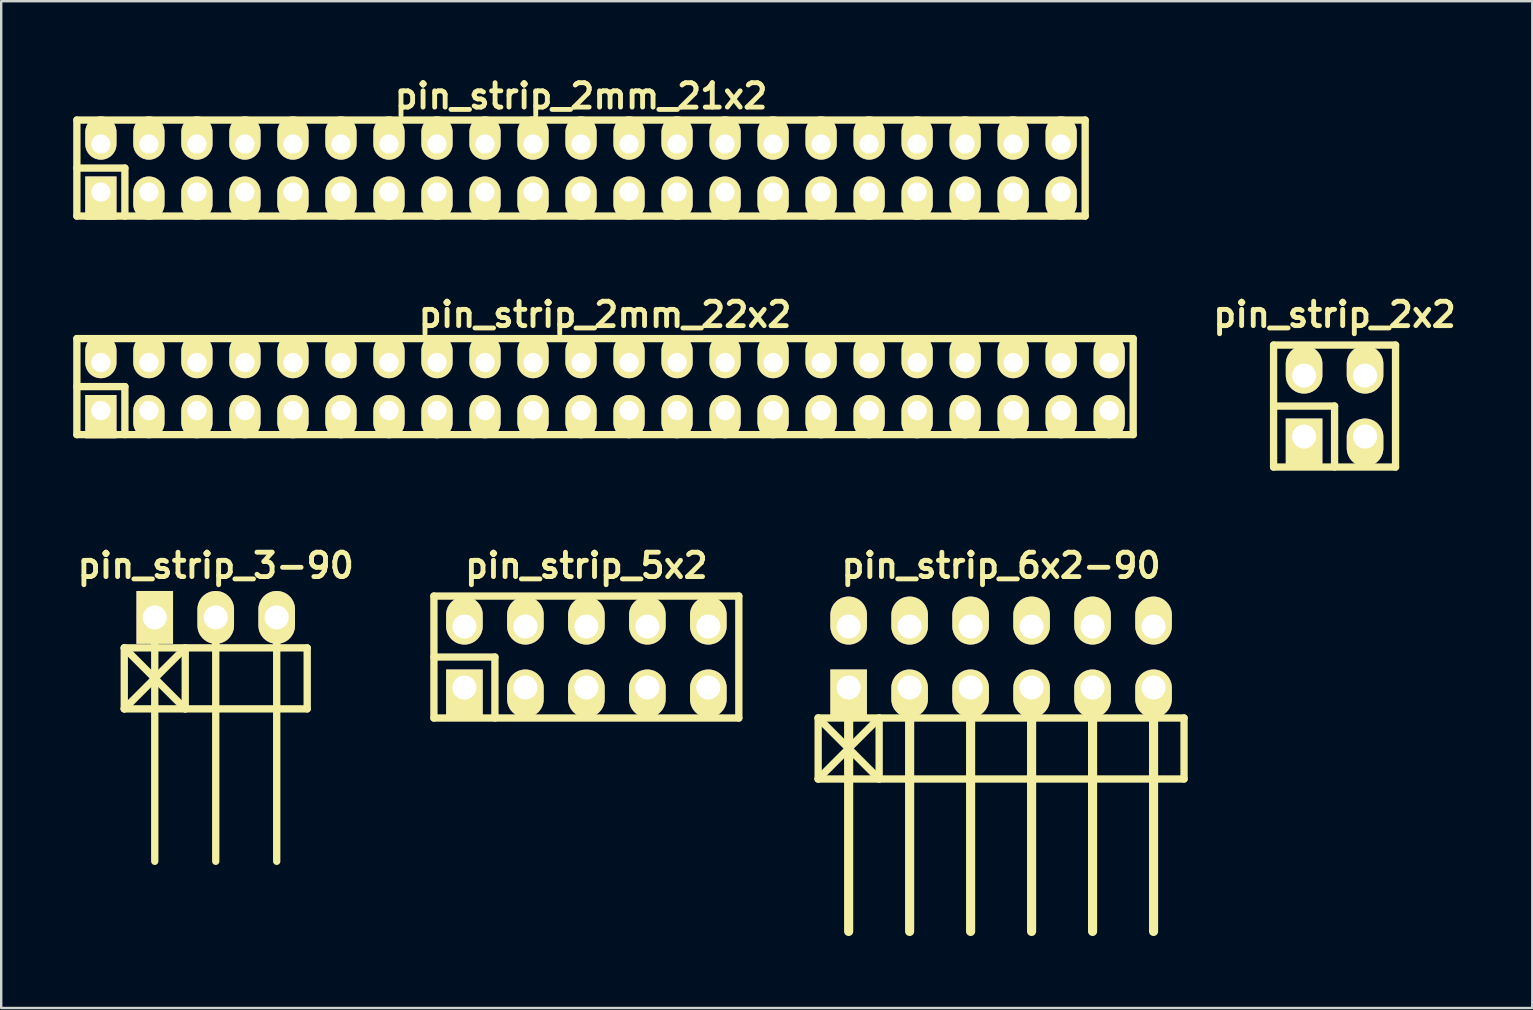
<source format=kicad_pcb>
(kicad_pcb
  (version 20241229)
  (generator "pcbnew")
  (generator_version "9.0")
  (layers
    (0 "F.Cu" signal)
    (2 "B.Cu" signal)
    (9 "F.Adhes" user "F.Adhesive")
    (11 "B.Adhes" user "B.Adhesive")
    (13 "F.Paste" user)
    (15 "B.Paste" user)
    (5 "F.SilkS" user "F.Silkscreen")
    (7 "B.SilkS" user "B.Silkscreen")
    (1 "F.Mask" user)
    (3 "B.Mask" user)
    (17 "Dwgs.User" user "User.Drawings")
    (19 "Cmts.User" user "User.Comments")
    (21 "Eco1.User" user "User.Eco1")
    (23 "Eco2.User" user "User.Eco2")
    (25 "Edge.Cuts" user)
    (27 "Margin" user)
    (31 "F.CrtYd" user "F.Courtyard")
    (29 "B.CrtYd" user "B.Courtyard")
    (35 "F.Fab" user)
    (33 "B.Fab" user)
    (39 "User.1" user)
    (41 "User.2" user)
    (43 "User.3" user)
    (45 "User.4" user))
  (footprint "pin_strip_2mm_21x2"
    (layer "F.Cu")
    (at 21.152 3.951)
    (property "Reference" "pin_strip_2mm_21x2" (at 0 -3 0) (layer "F.SilkS") (effects (font (size 1.016 1.016) (thickness 0.203))))
    (attr through_hole)
    (fp_line (start -21 -2) (end 21 -2) (stroke (width 0.305) (type solid)) (layer "F.SilkS"))
    (fp_line (start -21 0) (end -19 0) (stroke (width 0.305) (type solid)) (layer "F.SilkS"))
    (fp_line (start -21 2) (end -21 -2) (stroke (width 0.305) (type solid)) (layer "F.SilkS"))
    (fp_line (start -19 0) (end -19 2) (stroke (width 0.305) (type solid)) (layer "F.SilkS"))
    (fp_line (start 21 -2) (end 21 2) (stroke (width 0.305) (type solid)) (layer "F.SilkS"))
    (fp_line (start 21 2) (end -21 2) (stroke (width 0.305) (type solid)) (layer "F.SilkS"))
    (pad "1" thru_hole rect (at -20 1) (size 1.3 1.8) (drill 0.8 (offset 0 0.25)) (layers "*.Cu" "*.Mask" "F.SilkS"))
    (pad "2" thru_hole oval (at -20 -1) (size 1.3 1.8) (drill 0.8 (offset 0 -0.25)) (layers "*.Cu" "*.Mask" "F.SilkS"))
    (pad "3" thru_hole oval (at -18 1) (size 1.3 1.8) (drill 0.8 (offset 0 0.25)) (layers "*.Cu" "*.Mask" "F.SilkS"))
    (pad "4" thru_hole oval (at -18 -1) (size 1.3 1.8) (drill 0.8 (offset 0 -0.25)) (layers "*.Cu" "*.Mask" "F.SilkS"))
    (pad "5" thru_hole oval (at -16 1) (size 1.3 1.8) (drill 0.8 (offset 0 0.25)) (layers "*.Cu" "*.Mask" "F.SilkS"))
    (pad "6" thru_hole oval (at -16 -1) (size 1.3 1.8) (drill 0.8 (offset 0 -0.25)) (layers "*.Cu" "*.Mask" "F.SilkS"))
    (pad "7" thru_hole oval (at -14 1) (size 1.3 1.8) (drill 0.8 (offset 0 0.25)) (layers "*.Cu" "*.Mask" "F.SilkS"))
    (pad "8" thru_hole oval (at -14 -1) (size 1.3 1.8) (drill 0.8 (offset 0 -0.25)) (layers "*.Cu" "*.Mask" "F.SilkS"))
    (pad "9" thru_hole oval (at -12 1) (size 1.3 1.8) (drill 0.8 (offset 0 0.25)) (layers "*.Cu" "*.Mask" "F.SilkS"))
    (pad "10" thru_hole oval (at -12 -1) (size 1.3 1.8) (drill 0.8 (offset 0 -0.25)) (layers "*.Cu" "*.Mask" "F.SilkS"))
    (pad "11" thru_hole oval (at -10 1) (size 1.3 1.8) (drill 0.8 (offset 0 0.25)) (layers "*.Cu" "*.Mask" "F.SilkS"))
    (pad "12" thru_hole oval (at -10 -1) (size 1.3 1.8) (drill 0.8 (offset 0 -0.25)) (layers "*.Cu" "*.Mask" "F.SilkS"))
    (pad "13" thru_hole oval (at -8 1) (size 1.3 1.8) (drill 0.8 (offset 0 0.25)) (layers "*.Cu" "*.Mask" "F.SilkS"))
    (pad "14" thru_hole oval (at -8 -1) (size 1.3 1.8) (drill 0.8 (offset 0 -0.25)) (layers "*.Cu" "*.Mask" "F.SilkS"))
    (pad "15" thru_hole oval (at -6 1) (size 1.3 1.8) (drill 0.8 (offset 0 0.25)) (layers "*.Cu" "*.Mask" "F.SilkS"))
    (pad "16" thru_hole oval (at -6 -1) (size 1.3 1.8) (drill 0.8 (offset 0 -0.25)) (layers "*.Cu" "*.Mask" "F.SilkS"))
    (pad "17" thru_hole oval (at -4 1) (size 1.3 1.8) (drill 0.8 (offset 0 0.25)) (layers "*.Cu" "*.Mask" "F.SilkS"))
    (pad "18" thru_hole oval (at -4 -1) (size 1.3 1.8) (drill 0.8 (offset 0 -0.25)) (layers "*.Cu" "*.Mask" "F.SilkS"))
    (pad "19" thru_hole oval (at -2 1) (size 1.3 1.8) (drill 0.8 (offset 0 0.25)) (layers "*.Cu" "*.Mask" "F.SilkS"))
    (pad "20" thru_hole oval (at -2 -1) (size 1.3 1.8) (drill 0.8 (offset 0 -0.25)) (layers "*.Cu" "*.Mask" "F.SilkS"))
    (pad "21" thru_hole oval (at 0 1) (size 1.3 1.8) (drill 0.8 (offset 0 0.25)) (layers "*.Cu" "*.Mask" "F.SilkS"))
    (pad "22" thru_hole oval (at 0 -1) (size 1.3 1.8) (drill 0.8 (offset 0 -0.25)) (layers "*.Cu" "*.Mask" "F.SilkS"))
    (pad "23" thru_hole oval (at 2 1) (size 1.3 1.8) (drill 0.8 (offset 0 0.25)) (layers "*.Cu" "*.Mask" "F.SilkS"))
    (pad "24" thru_hole oval (at 2 -1) (size 1.3 1.8) (drill 0.8 (offset 0 -0.25)) (layers "*.Cu" "*.Mask" "F.SilkS"))
    (pad "25" thru_hole oval (at 4 1) (size 1.3 1.8) (drill 0.8 (offset 0 0.25)) (layers "*.Cu" "*.Mask" "F.SilkS"))
    (pad "26" thru_hole oval (at 4 -1) (size 1.3 1.8) (drill 0.8 (offset 0 -0.25)) (layers "*.Cu" "*.Mask" "F.SilkS"))
    (pad "27" thru_hole oval (at 6 1) (size 1.3 1.8) (drill 0.8 (offset 0 0.25)) (layers "*.Cu" "*.Mask" "F.SilkS"))
    (pad "28" thru_hole oval (at 6 -1) (size 1.3 1.8) (drill 0.8 (offset 0 -0.25)) (layers "*.Cu" "*.Mask" "F.SilkS"))
    (pad "29" thru_hole oval (at 8 1) (size 1.3 1.8) (drill 0.8 (offset 0 0.25)) (layers "*.Cu" "*.Mask" "F.SilkS"))
    (pad "30" thru_hole oval (at 8 -1) (size 1.3 1.8) (drill 0.8 (offset 0 -0.25)) (layers "*.Cu" "*.Mask" "F.SilkS"))
    (pad "31" thru_hole oval (at 10 1) (size 1.3 1.8) (drill 0.8 (offset 0 0.25)) (layers "*.Cu" "*.Mask" "F.SilkS"))
    (pad "32" thru_hole oval (at 10 -1) (size 1.3 1.8) (drill 0.8 (offset 0 -0.25)) (layers "*.Cu" "*.Mask" "F.SilkS"))
    (pad "33" thru_hole oval (at 12 1) (size 1.3 1.8) (drill 0.8 (offset 0 0.25)) (layers "*.Cu" "*.Mask" "F.SilkS"))
    (pad "34" thru_hole oval (at 12 -1) (size 1.3 1.8) (drill 0.8 (offset 0 -0.25)) (layers "*.Cu" "*.Mask" "F.SilkS"))
    (pad "35" thru_hole oval (at 14 1) (size 1.3 1.8) (drill 0.8 (offset 0 0.25)) (layers "*.Cu" "*.Mask" "F.SilkS"))
    (pad "36" thru_hole oval (at 14 -1) (size 1.3 1.8) (drill 0.8 (offset 0 -0.25)) (layers "*.Cu" "*.Mask" "F.SilkS"))
    (pad "37" thru_hole oval (at 16 1) (size 1.3 1.8) (drill 0.8 (offset 0 0.25)) (layers "*.Cu" "*.Mask" "F.SilkS"))
    (pad "38" thru_hole oval (at 16 -1) (size 1.3 1.8) (drill 0.8 (offset 0 -0.25)) (layers "*.Cu" "*.Mask" "F.SilkS"))
    (pad "39" thru_hole oval (at 18 1) (size 1.3 1.8) (drill 0.8 (offset 0 0.25)) (layers "*.Cu" "*.Mask" "F.SilkS"))
    (pad "40" thru_hole oval (at 18 -1) (size 1.3 1.8) (drill 0.8 (offset 0 -0.25)) (layers "*.Cu" "*.Mask" "F.SilkS"))
    (pad "41" thru_hole oval (at 20 1) (size 1.3 1.8) (drill 0.8 (offset 0 0.25)) (layers "*.Cu" "*.Mask" "F.SilkS"))
    (pad "42" thru_hole oval (at 20 -1) (size 1.3 1.8) (drill 0.8 (offset 0 -0.25)) (layers "*.Cu" "*.Mask" "F.SilkS")))
  (footprint "pin_strip_2x2"
    (layer "F.Cu")
    (at 52.54 13.864)
    (property "Reference" "pin_strip_2x2" (at 0 -3.81 0) (layer "F.SilkS") (effects (font (size 1.016 1.016) (thickness 0.203))))
    (attr through_hole)
    (fp_line (start -2.54 -2.54) (end -2.54 2.54) (stroke (width 0.305) (type solid)) (layer "F.SilkS"))
    (fp_line (start -2.54 -2.54) (end 2.54 -2.54) (stroke (width 0.305) (type solid)) (layer "F.SilkS"))
    (fp_line (start -2.54 0) (end 0 0) (stroke (width 0.305) (type solid)) (layer "F.SilkS"))
    (fp_line (start 0 0) (end 0 2.54) (stroke (width 0.305) (type solid)) (layer "F.SilkS"))
    (fp_line (start 2.54 -2.54) (end 2.54 2.54) (stroke (width 0.305) (type solid)) (layer "F.SilkS"))
    (fp_line (start 2.54 2.54) (end -2.54 2.54) (stroke (width 0.305) (type solid)) (layer "F.SilkS"))
    (pad "1" thru_hole rect (at -1.27 1.27) (size 1.524 1.999) (drill 1.001 (offset 0 0.249)) (layers "*.Cu" "*.Mask" "F.SilkS"))
    (pad "2" thru_hole oval (at -1.27 -1.27) (size 1.524 1.999) (drill 1.001 (offset 0 -0.249)) (layers "*.Cu" "*.Mask" "F.SilkS"))
    (pad "3" thru_hole oval (at 1.27 1.27) (size 1.524 1.999) (drill 1.001 (offset 0 0.249)) (layers "*.Cu" "*.Mask" "F.SilkS"))
    (pad "4" thru_hole oval (at 1.27 -1.27) (size 1.524 1.999) (drill 1.001 (offset 0 -0.249)) (layers "*.Cu" "*.Mask" "F.SilkS")))
  (footprint "pin_strip_2mm_22x2"
    (layer "F.Cu")
    (at 22.152 13.054)
    (property "Reference" "pin_strip_2mm_22x2" (at 0 -3 0) (layer "F.SilkS") (effects (font (size 1.016 1.016) (thickness 0.203))))
    (attr through_hole)
    (fp_line (start -22 -2) (end 22 -2) (stroke (width 0.305) (type solid)) (layer "F.SilkS"))
    (fp_line (start -22 0) (end -20 0) (stroke (width 0.305) (type solid)) (layer "F.SilkS"))
    (fp_line (start -22 2) (end -22 -2) (stroke (width 0.305) (type solid)) (layer "F.SilkS"))
    (fp_line (start -20 0) (end -20 2) (stroke (width 0.305) (type solid)) (layer "F.SilkS"))
    (fp_line (start 22 -2) (end 22 2) (stroke (width 0.305) (type solid)) (layer "F.SilkS"))
    (fp_line (start 22 2) (end -22 2) (stroke (width 0.305) (type solid)) (layer "F.SilkS"))
    (pad "1" thru_hole rect (at -21 1) (size 1.3 1.8) (drill 0.8 (offset 0 0.25)) (layers "*.Cu" "*.Mask" "F.SilkS"))
    (pad "2" thru_hole oval (at -21 -1) (size 1.3 1.8) (drill 0.8 (offset 0 -0.25)) (layers "*.Cu" "*.Mask" "F.SilkS"))
    (pad "3" thru_hole oval (at -19 1) (size 1.3 1.8) (drill 0.8 (offset 0 0.25)) (layers "*.Cu" "*.Mask" "F.SilkS"))
    (pad "4" thru_hole oval (at -19 -1) (size 1.3 1.8) (drill 0.8 (offset 0 -0.25)) (layers "*.Cu" "*.Mask" "F.SilkS"))
    (pad "5" thru_hole oval (at -17 1) (size 1.3 1.8) (drill 0.8 (offset 0 0.25)) (layers "*.Cu" "*.Mask" "F.SilkS"))
    (pad "6" thru_hole oval (at -17 -1) (size 1.3 1.8) (drill 0.8 (offset 0 -0.25)) (layers "*.Cu" "*.Mask" "F.SilkS"))
    (pad "7" thru_hole oval (at -15 1) (size 1.3 1.8) (drill 0.8 (offset 0 0.25)) (layers "*.Cu" "*.Mask" "F.SilkS"))
    (pad "8" thru_hole oval (at -15 -1) (size 1.3 1.8) (drill 0.8 (offset 0 -0.25)) (layers "*.Cu" "*.Mask" "F.SilkS"))
    (pad "9" thru_hole oval (at -13 1) (size 1.3 1.8) (drill 0.8 (offset 0 0.25)) (layers "*.Cu" "*.Mask" "F.SilkS"))
    (pad "10" thru_hole oval (at -13 -1) (size 1.3 1.8) (drill 0.8 (offset 0 -0.25)) (layers "*.Cu" "*.Mask" "F.SilkS"))
    (pad "11" thru_hole oval (at -11 1) (size 1.3 1.8) (drill 0.8 (offset 0 0.25)) (layers "*.Cu" "*.Mask" "F.SilkS"))
    (pad "12" thru_hole oval (at -11 -1) (size 1.3 1.8) (drill 0.8 (offset 0 -0.25)) (layers "*.Cu" "*.Mask" "F.SilkS"))
    (pad "13" thru_hole oval (at -9 1) (size 1.3 1.8) (drill 0.8 (offset 0 0.25)) (layers "*.Cu" "*.Mask" "F.SilkS"))
    (pad "14" thru_hole oval (at -9 -1) (size 1.3 1.8) (drill 0.8 (offset 0 -0.25)) (layers "*.Cu" "*.Mask" "F.SilkS"))
    (pad "15" thru_hole oval (at -7 1) (size 1.3 1.8) (drill 0.8 (offset 0 0.25)) (layers "*.Cu" "*.Mask" "F.SilkS"))
    (pad "16" thru_hole oval (at -7 -1) (size 1.3 1.8) (drill 0.8 (offset 0 -0.25)) (layers "*.Cu" "*.Mask" "F.SilkS"))
    (pad "17" thru_hole oval (at -5 1) (size 1.3 1.8) (drill 0.8 (offset 0 0.25)) (layers "*.Cu" "*.Mask" "F.SilkS"))
    (pad "18" thru_hole oval (at -5 -1) (size 1.3 1.8) (drill 0.8 (offset 0 -0.25)) (layers "*.Cu" "*.Mask" "F.SilkS"))
    (pad "19" thru_hole oval (at -3 1) (size 1.3 1.8) (drill 0.8 (offset 0 0.25)) (layers "*.Cu" "*.Mask" "F.SilkS"))
    (pad "20" thru_hole oval (at -3 -1) (size 1.3 1.8) (drill 0.8 (offset 0 -0.25)) (layers "*.Cu" "*.Mask" "F.SilkS"))
    (pad "21" thru_hole oval (at -1 1) (size 1.3 1.8) (drill 0.8 (offset 0 0.25)) (layers "*.Cu" "*.Mask" "F.SilkS"))
    (pad "22" thru_hole oval (at -1 -1) (size 1.3 1.8) (drill 0.8 (offset 0 -0.25)) (layers "*.Cu" "*.Mask" "F.SilkS"))
    (pad "23" thru_hole oval (at 1 1) (size 1.3 1.8) (drill 0.8 (offset 0 0.25)) (layers "*.Cu" "*.Mask" "F.SilkS"))
    (pad "24" thru_hole oval (at 1 -1) (size 1.3 1.8) (drill 0.8 (offset 0 -0.25)) (layers "*.Cu" "*.Mask" "F.SilkS"))
    (pad "25" thru_hole oval (at 3 1) (size 1.3 1.8) (drill 0.8 (offset 0 0.25)) (layers "*.Cu" "*.Mask" "F.SilkS"))
    (pad "26" thru_hole oval (at 3 -1) (size 1.3 1.8) (drill 0.8 (offset 0 -0.25)) (layers "*.Cu" "*.Mask" "F.SilkS"))
    (pad "27" thru_hole oval (at 5 1) (size 1.3 1.8) (drill 0.8 (offset 0 0.25)) (layers "*.Cu" "*.Mask" "F.SilkS"))
    (pad "28" thru_hole oval (at 5 -1) (size 1.3 1.8) (drill 0.8 (offset 0 -0.25)) (layers "*.Cu" "*.Mask" "F.SilkS"))
    (pad "29" thru_hole oval (at 7 1) (size 1.3 1.8) (drill 0.8 (offset 0 0.25)) (layers "*.Cu" "*.Mask" "F.SilkS"))
    (pad "30" thru_hole oval (at 7 -1) (size 1.3 1.8) (drill 0.8 (offset 0 -0.25)) (layers "*.Cu" "*.Mask" "F.SilkS"))
    (pad "31" thru_hole oval (at 9 1) (size 1.3 1.8) (drill 0.8 (offset 0 0.25)) (layers "*.Cu" "*.Mask" "F.SilkS"))
    (pad "32" thru_hole oval (at 9 -1) (size 1.3 1.8) (drill 0.8 (offset 0 -0.25)) (layers "*.Cu" "*.Mask" "F.SilkS"))
    (pad "33" thru_hole oval (at 11 1) (size 1.3 1.8) (drill 0.8 (offset 0 0.25)) (layers "*.Cu" "*.Mask" "F.SilkS"))
    (pad "34" thru_hole oval (at 11 -1) (size 1.3 1.8) (drill 0.8 (offset 0 -0.25)) (layers "*.Cu" "*.Mask" "F.SilkS"))
    (pad "35" thru_hole oval (at 13 1) (size 1.3 1.8) (drill 0.8 (offset 0 0.25)) (layers "*.Cu" "*.Mask" "F.SilkS"))
    (pad "36" thru_hole oval (at 13 -1) (size 1.3 1.8) (drill 0.8 (offset 0 -0.25)) (layers "*.Cu" "*.Mask" "F.SilkS"))
    (pad "37" thru_hole oval (at 15 1) (size 1.3 1.8) (drill 0.8 (offset 0 0.25)) (layers "*.Cu" "*.Mask" "F.SilkS"))
    (pad "38" thru_hole oval (at 15 -1) (size 1.3 1.8) (drill 0.8 (offset 0 -0.25)) (layers "*.Cu" "*.Mask" "F.SilkS"))
    (pad "39" thru_hole oval (at 17 1) (size 1.3 1.8) (drill 0.8 (offset 0 0.25)) (layers "*.Cu" "*.Mask" "F.SilkS"))
    (pad "40" thru_hole oval (at 17 -1) (size 1.3 1.8) (drill 0.8 (offset 0 -0.25)) (layers "*.Cu" "*.Mask" "F.SilkS"))
    (pad "41" thru_hole oval (at 19 1) (size 1.3 1.8) (drill 0.8 (offset 0 0.25)) (layers "*.Cu" "*.Mask" "F.SilkS"))
    (pad "42" thru_hole oval (at 19 -1) (size 1.3 1.8) (drill 0.8 (offset 0 -0.25)) (layers "*.Cu" "*.Mask" "F.SilkS"))
    (pad "43" thru_hole oval (at 21 1) (size 1.3 1.8) (drill 0.8 (offset 0 0.25)) (layers "*.Cu" "*.Mask" "F.SilkS"))
    (pad "44" thru_hole oval (at 21 -1) (size 1.3 1.8) (drill 0.8 (offset 0 -0.25)) (layers "*.Cu" "*.Mask" "F.SilkS")))
  (footprint "pin_strip_6x2-90"
    (layer "F.Cu")
    (at 38.65 24.318)
    (property "Reference" "pin_strip_6x2-90" (at 0 -3.81 0) (layer "F.SilkS") (effects (font (size 1.016 1.016) (thickness 0.203))))
    (attr through_hole)
    (fp_line (start -7.62 2.54) (end -5.08 5.08) (stroke (width 0.305) (type solid)) (layer "F.SilkS"))
    (fp_line (start -7.62 2.54) (end 7.62 2.54) (stroke (width 0.305) (type solid)) (layer "F.SilkS"))
    (fp_line (start -7.62 5.08) (end -7.62 2.54) (stroke (width 0.305) (type solid)) (layer "F.SilkS"))
    (fp_line (start -7.62 5.08) (end -5.08 2.54) (stroke (width 0.305) (type solid)) (layer "F.SilkS"))
    (fp_line (start -6.35 1.27) (end -6.35 11.43) (stroke (width 0.381) (type solid)) (layer "F.SilkS"))
    (fp_line (start -5.08 5.08) (end -5.08 2.54) (stroke (width 0.305) (type solid)) (layer "F.SilkS"))
    (fp_line (start -3.81 1.27) (end -3.81 11.43) (stroke (width 0.381) (type solid)) (layer "F.SilkS"))
    (fp_line (start -1.27 11.43) (end -1.27 1.27) (stroke (width 0.381) (type solid)) (layer "F.SilkS"))
    (fp_line (start 1.27 1.27) (end 1.27 11.43) (stroke (width 0.381) (type solid)) (layer "F.SilkS"))
    (fp_line (start 3.81 1.27) (end 3.81 11.43) (stroke (width 0.381) (type solid)) (layer "F.SilkS"))
    (fp_line (start 6.35 1.27) (end 6.35 11.43) (stroke (width 0.381) (type solid)) (layer "F.SilkS"))
    (fp_line (start 7.62 2.54) (end 7.62 5.08) (stroke (width 0.305) (type solid)) (layer "F.SilkS"))
    (fp_line (start 7.62 5.08) (end -7.62 5.08) (stroke (width 0.305) (type solid)) (layer "F.SilkS"))
    (pad "1" thru_hole rect (at -6.35 1.27) (size 1.524 1.999) (drill 1.001 (offset 0 0.249)) (layers "*.Cu" "*.Mask" "F.SilkS"))
    (pad "2" thru_hole oval (at -6.35 -1.27) (size 1.524 1.999) (drill 1.001 (offset 0 -0.249)) (layers "*.Cu" "*.Mask" "F.SilkS"))
    (pad "3" thru_hole oval (at -3.81 1.27) (size 1.524 1.999) (drill 1.001 (offset 0 0.249)) (layers "*.Cu" "*.Mask" "F.SilkS"))
    (pad "4" thru_hole oval (at -3.81 -1.27) (size 1.524 1.999) (drill 1.001 (offset 0 -0.249)) (layers "*.Cu" "*.Mask" "F.SilkS"))
    (pad "5" thru_hole oval (at -1.27 1.27) (size 1.524 1.999) (drill 1.001 (offset 0 0.249)) (layers "*.Cu" "*.Mask" "F.SilkS"))
    (pad "6" thru_hole oval (at -1.27 -1.27) (size 1.524 1.999) (drill 1.001 (offset 0 -0.249)) (layers "*.Cu" "*.Mask" "F.SilkS"))
    (pad "7" thru_hole oval (at 1.27 1.27) (size 1.524 1.999) (drill 1.001 (offset 0 0.249)) (layers "*.Cu" "*.Mask" "F.SilkS"))
    (pad "8" thru_hole oval (at 1.27 -1.27) (size 1.524 1.999) (drill 1.001 (offset 0 -0.249)) (layers "*.Cu" "*.Mask" "F.SilkS"))
    (pad "9" thru_hole oval (at 3.81 1.27) (size 1.524 1.999) (drill 1.001 (offset 0 0.249)) (layers "*.Cu" "*.Mask" "F.SilkS"))
    (pad "10" thru_hole oval (at 3.81 -1.27) (size 1.524 1.999) (drill 1.001 (offset 0 -0.249)) (layers "*.Cu" "*.Mask" "F.SilkS"))
    (pad "11" thru_hole oval (at 6.35 1.27) (size 1.524 1.999) (drill 1.001 (offset 0 0.249)) (layers "*.Cu" "*.Mask" "F.SilkS"))
    (pad "12" thru_hole oval (at 6.35 -1.27) (size 1.524 1.999) (drill 1.001 (offset 0 -0.249)) (layers "*.Cu" "*.Mask" "F.SilkS")))
  (footprint "pin_strip_3-90"
    (layer "F.Cu")
    (at 5.936 22.667)
    (property "Reference" "pin_strip_3-90" (at 0 -2.159 0) (layer "F.SilkS") (effects (font (size 1.016 1.016) (thickness 0.203))))
    (attr through_hole)
    (fp_line (start -3.81 1.27) (end -1.27 3.81) (stroke (width 0.305) (type solid)) (layer "F.SilkS"))
    (fp_line (start -3.81 1.27) (end 3.81 1.27) (stroke (width 0.305) (type solid)) (layer "F.SilkS"))
    (fp_line (start -3.81 3.81) (end -3.81 1.27) (stroke (width 0.305) (type solid)) (layer "F.SilkS"))
    (fp_line (start -2.54 0) (end -2.54 10.16) (stroke (width 0.305) (type solid)) (layer "F.SilkS"))
    (fp_line (start -1.27 1.27) (end -3.81 3.81) (stroke (width 0.305) (type solid)) (layer "F.SilkS"))
    (fp_line (start -1.27 1.27) (end -1.27 3.81) (stroke (width 0.305) (type solid)) (layer "F.SilkS"))
    (fp_line (start 0 0) (end 0 10.16) (stroke (width 0.305) (type solid)) (layer "F.SilkS"))
    (fp_line (start 2.54 10.16) (end 2.54 0) (stroke (width 0.305) (type solid)) (layer "F.SilkS"))
    (fp_line (start 3.81 1.27) (end 3.81 3.81) (stroke (width 0.305) (type solid)) (layer "F.SilkS"))
    (fp_line (start 3.81 3.81) (end -3.81 3.81) (stroke (width 0.305) (type solid)) (layer "F.SilkS"))
    (pad "1" thru_hole rect (at -2.54 0) (size 1.524 2.2) (drill 1.001) (layers "*.Cu" "*.Mask" "F.SilkS"))
    (pad "2" thru_hole oval (at 0 0) (size 1.524 2.2) (drill 1.001) (layers "*.Cu" "*.Mask" "F.SilkS"))
    (pad "3" thru_hole oval (at 2.54 0) (size 1.524 2.2) (drill 1.001) (layers "*.Cu" "*.Mask" "F.SilkS")))
  (footprint "pin_strip_5x2"
    (layer "F.Cu")
    (at 21.375 24.318)
    (property "Reference" "pin_strip_5x2" (at 0 -3.81 0) (layer "F.SilkS") (effects (font (size 1.016 1.016) (thickness 0.203))))
    (attr through_hole)
    (fp_line (start -6.35 -2.54) (end -6.35 2.54) (stroke (width 0.305) (type solid)) (layer "F.SilkS"))
    (fp_line (start -6.35 -2.54) (end 6.35 -2.54) (stroke (width 0.305) (type solid)) (layer "F.SilkS"))
    (fp_line (start -6.35 0) (end -3.81 0) (stroke (width 0.305) (type solid)) (layer "F.SilkS"))
    (fp_line (start -3.81 0) (end -3.81 2.54) (stroke (width 0.305) (type solid)) (layer "F.SilkS"))
    (fp_line (start 6.35 -2.54) (end 6.35 2.54) (stroke (width 0.305) (type solid)) (layer "F.SilkS"))
    (fp_line (start 6.35 2.54) (end -6.35 2.54) (stroke (width 0.305) (type solid)) (layer "F.SilkS"))
    (pad "1" thru_hole rect (at -5.08 1.27) (size 1.524 1.999) (drill 1.001 (offset 0 0.249)) (layers "*.Cu" "*.Mask" "F.SilkS"))
    (pad "2" thru_hole oval (at -5.08 -1.27) (size 1.524 1.999) (drill 1.001 (offset 0 -0.249)) (layers "*.Cu" "*.Mask" "F.SilkS"))
    (pad "3" thru_hole oval (at -2.54 1.27) (size 1.524 1.999) (drill 1.001 (offset 0 0.249)) (layers "*.Cu" "*.Mask" "F.SilkS"))
    (pad "4" thru_hole oval (at -2.54 -1.27) (size 1.524 1.999) (drill 1.001 (offset 0 -0.249)) (layers "*.Cu" "*.Mask" "F.SilkS"))
    (pad "5" thru_hole oval (at 0 1.27) (size 1.524 1.999) (drill 1.001 (offset 0 0.249)) (layers "*.Cu" "*.Mask" "F.SilkS"))
    (pad "6" thru_hole oval (at 0 -1.27) (size 1.524 1.999) (drill 1.001 (offset 0 -0.249)) (layers "*.Cu" "*.Mask" "F.SilkS"))
    (pad "7" thru_hole oval (at 2.54 1.27) (size 1.524 1.999) (drill 1.001 (offset 0 0.249)) (layers "*.Cu" "*.Mask" "F.SilkS"))
    (pad "8" thru_hole oval (at 2.54 -1.27) (size 1.524 1.999) (drill 1.001 (offset 0 -0.249)) (layers "*.Cu" "*.Mask" "F.SilkS"))
    (pad "9" thru_hole oval (at 5.08 1.27) (size 1.524 1.999) (drill 1.001 (offset 0 0.249)) (layers "*.Cu" "*.Mask" "F.SilkS"))
    (pad "10" thru_hole oval (at 5.08 -1.27) (size 1.524 1.999) (drill 1.001 (offset 0 -0.249)) (layers "*.Cu" "*.Mask" "F.SilkS")))
  (gr_rect
    (start -3 -3)
    (end 60.774 38.938)
    (stroke (width 0.1) (type default))
    (fill no)
    (layer "Edge.Cuts")))
</source>
